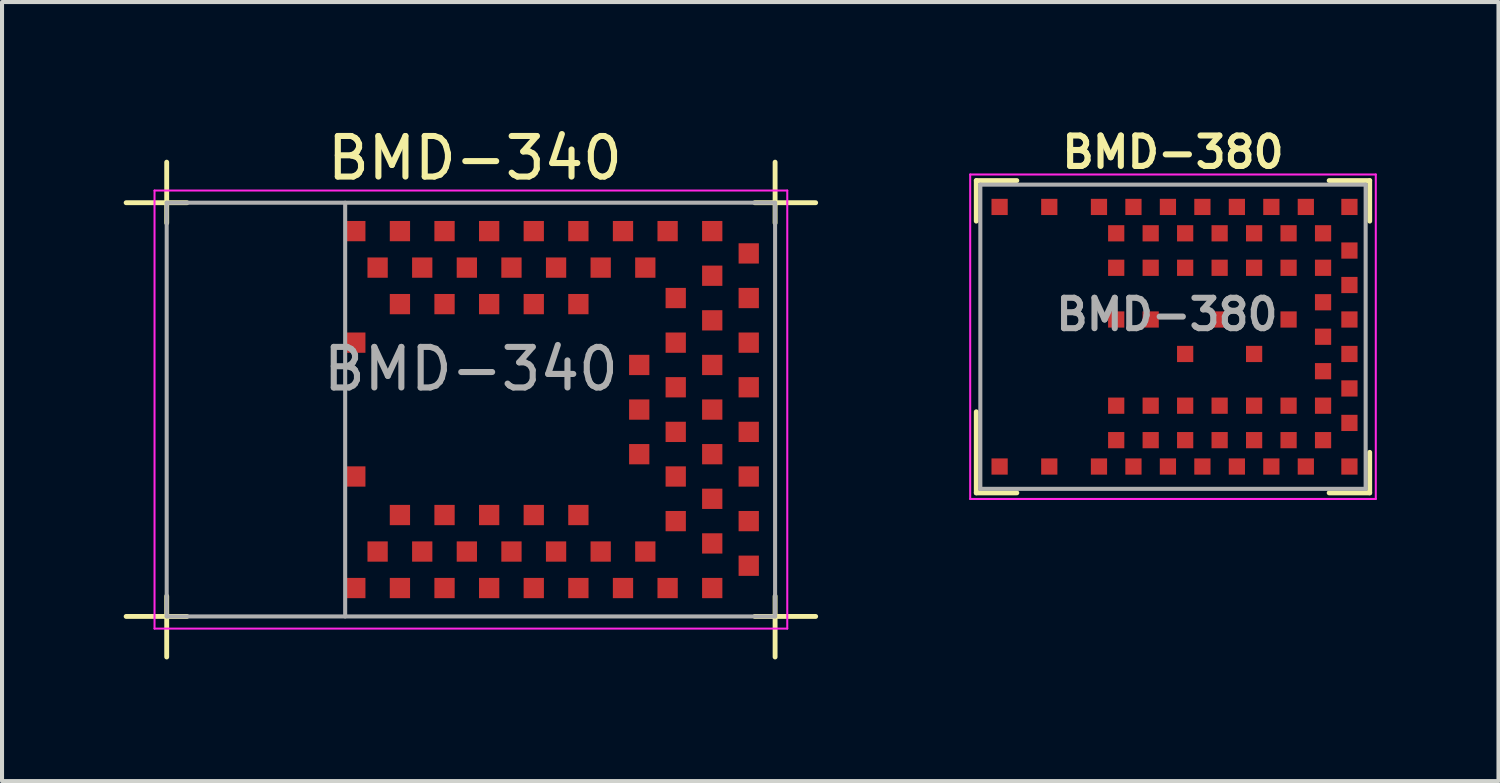
<source format=kicad_pcb>
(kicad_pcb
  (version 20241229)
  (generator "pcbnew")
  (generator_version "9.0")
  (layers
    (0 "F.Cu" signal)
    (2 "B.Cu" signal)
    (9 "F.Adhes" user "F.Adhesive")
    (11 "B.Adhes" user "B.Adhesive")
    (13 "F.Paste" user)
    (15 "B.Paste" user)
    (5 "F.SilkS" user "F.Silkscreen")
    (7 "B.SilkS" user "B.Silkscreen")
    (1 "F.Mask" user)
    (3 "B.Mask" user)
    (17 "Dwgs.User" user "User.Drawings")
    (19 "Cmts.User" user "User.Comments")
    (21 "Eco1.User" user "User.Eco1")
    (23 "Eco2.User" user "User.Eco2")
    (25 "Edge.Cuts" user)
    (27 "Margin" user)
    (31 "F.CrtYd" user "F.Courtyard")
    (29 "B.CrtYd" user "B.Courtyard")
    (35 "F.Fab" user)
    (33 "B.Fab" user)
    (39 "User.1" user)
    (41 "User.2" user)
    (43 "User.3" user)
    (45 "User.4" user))
  (footprint "BMD-380"
    (layer "F.Cu")
    (at 25.87 5.252)
    (property "Reference" "BMD-380" (at 0 -4.55 0) (layer "F.SilkS") (effects (font (size 0.75 0.75) (thickness 0.15))))
    (attr smd)
    (fp_line (start -4.85 -2.85) (end -4.85 -3.85) (stroke (width 0.12) (type solid)) (layer "F.SilkS"))
    (fp_line (start -4.85 1.85) (end -4.85 3.85) (stroke (width 0.12) (type solid)) (layer "F.SilkS"))
    (fp_line (start -3.85 -3.85) (end -4.85 -3.85) (stroke (width 0.12) (type solid)) (layer "F.SilkS"))
    (fp_line (start -3.85 3.85) (end -4.85 3.85) (stroke (width 0.12) (type solid)) (layer "F.SilkS"))
    (fp_line (start 3.85 -3.85) (end 4.85 -3.85) (stroke (width 0.12) (type solid)) (layer "F.SilkS"))
    (fp_line (start 3.85 3.85) (end 4.85 3.85) (stroke (width 0.12) (type solid)) (layer "F.SilkS"))
    (fp_line (start 4.85 -3.85) (end 4.85 -2.85) (stroke (width 0.12) (type solid)) (layer "F.SilkS"))
    (fp_line (start 4.85 2.85) (end 4.85 3.85) (stroke (width 0.12) (type solid)) (layer "F.SilkS"))
    (fp_line (start -5 -4) (end -5 4) (stroke (width 0.05) (type solid)) (layer "F.CrtYd"))
    (fp_line (start -5 4) (end 5 4) (stroke (width 0.05) (type solid)) (layer "F.CrtYd"))
    (fp_line (start 5 -4) (end -5 -4) (stroke (width 0.05) (type solid)) (layer "F.CrtYd"))
    (fp_line (start 5 4) (end 5 -4) (stroke (width 0.05) (type solid)) (layer "F.CrtYd"))
    (fp_line (start -4.75 -3.75) (end -4.75 3.75) (stroke (width 0.1) (type solid)) (layer "F.Fab"))
    (fp_line (start -4.75 3.75) (end 4.75 3.75) (stroke (width 0.1) (type solid)) (layer "F.Fab"))
    (fp_line (start 4.75 -3.75) (end -4.75 -3.75) (stroke (width 0.1) (type solid)) (layer "F.Fab"))
    (fp_line (start 4.75 3.75) (end 4.75 -3.75) (stroke (width 0.1) (type solid)) (layer "F.Fab"))
    (fp_text user "${REFERENCE}" (at -0.15 -0.55 0) (layer "F.Fab") (effects (font (size 0.75 0.75) (thickness 0.15))))
    (pad "1" smd rect (at -4.275 3.2) (size 0.4 0.4) (layers "F.Cu" "F.Mask" "F.Paste"))
    (pad "2" smd rect (at -3.05 3.2) (size 0.4 0.4) (layers "F.Cu" "F.Mask" "F.Paste"))
    (pad "3" smd rect (at -1.825 3.2) (size 0.4 0.4) (layers "F.Cu" "F.Mask" "F.Paste"))
    (pad "4" smd rect (at -1.4 2.55) (size 0.4 0.4) (layers "F.Cu" "F.Mask" "F.Paste"))
    (pad "5" smd rect (at -1.4 1.7) (size 0.4 0.4) (layers "F.Cu" "F.Mask" "F.Paste"))
    (pad "6" smd rect (at -0.975 3.2) (size 0.4 0.4) (layers "F.Cu" "F.Mask" "F.Paste"))
    (pad "7" smd rect (at -0.55 2.55) (size 0.4 0.4) (layers "F.Cu" "F.Mask" "F.Paste"))
    (pad "8" smd rect (at -0.55 1.7) (size 0.4 0.4) (layers "F.Cu" "F.Mask" "F.Paste"))
    (pad "9" smd rect (at -0.125 3.2) (size 0.4 0.4) (layers "F.Cu" "F.Mask" "F.Paste"))
    (pad "10" smd rect (at 0.3 2.55) (size 0.4 0.4) (layers "F.Cu" "F.Mask" "F.Paste"))
    (pad "11" smd rect (at 0.3 1.7) (size 0.4 0.4) (layers "F.Cu" "F.Mask" "F.Paste"))
    (pad "12" smd rect (at 0.725 3.2) (size 0.4 0.4) (layers "F.Cu" "F.Mask" "F.Paste"))
    (pad "13" smd rect (at 1.15 2.55) (size 0.4 0.4) (layers "F.Cu" "F.Mask" "F.Paste"))
    (pad "14" smd rect (at 1.15 1.7) (size 0.4 0.4) (layers "F.Cu" "F.Mask" "F.Paste"))
    (pad "15" smd rect (at 1.575 3.2) (size 0.4 0.4) (layers "F.Cu" "F.Mask" "F.Paste"))
    (pad "16" smd rect (at 2 2.55) (size 0.4 0.4) (layers "F.Cu" "F.Mask" "F.Paste"))
    (pad "17" smd rect (at 2 1.7) (size 0.4 0.4) (layers "F.Cu" "F.Mask" "F.Paste"))
    (pad "18" smd rect (at 2.425 3.2) (size 0.4 0.4) (layers "F.Cu" "F.Mask" "F.Paste"))
    (pad "19" smd rect (at 2.85 2.55) (size 0.4 0.4) (layers "F.Cu" "F.Mask" "F.Paste"))
    (pad "20" smd rect (at 2.85 1.7) (size 0.4 0.4) (layers "F.Cu" "F.Mask" "F.Paste"))
    (pad "21" smd rect (at 3.275 3.2) (size 0.4 0.4) (layers "F.Cu" "F.Mask" "F.Paste"))
    (pad "22" smd rect (at 3.7 2.55) (size 0.4 0.4) (layers "F.Cu" "F.Mask" "F.Paste"))
    (pad "23" smd rect (at 4.35 3.2) (size 0.4 0.4) (layers "F.Cu" "F.Mask" "F.Paste"))
    (pad "24" smd rect (at 4.35 2.125) (size 0.4 0.4) (layers "F.Cu" "F.Mask" "F.Paste"))
    (pad "25" smd rect (at 3.7 1.7) (size 0.4 0.4) (layers "F.Cu" "F.Mask" "F.Paste"))
    (pad "26" smd rect (at 4.35 1.275) (size 0.4 0.4) (layers "F.Cu" "F.Mask" "F.Paste"))
    (pad "27" smd rect (at 3.7 0.85) (size 0.4 0.4) (layers "F.Cu" "F.Mask" "F.Paste"))
    (pad "28" smd rect (at 4.35 0.425) (size 0.4 0.4) (layers "F.Cu" "F.Mask" "F.Paste"))
    (pad "29" smd rect (at 3.7 0) (size 0.4 0.4) (layers "F.Cu" "F.Mask" "F.Paste"))
    (pad "30" smd rect (at 4.35 -0.425) (size 0.4 0.4) (layers "F.Cu" "F.Mask" "F.Paste"))
    (pad "31" smd rect (at 3.7 -0.85) (size 0.4 0.4) (layers "F.Cu" "F.Mask" "F.Paste"))
    (pad "32" smd rect (at 4.35 -1.275) (size 0.4 0.4) (layers "F.Cu" "F.Mask" "F.Paste"))
    (pad "33" smd rect (at 3.7 -1.7) (size 0.4 0.4) (layers "F.Cu" "F.Mask" "F.Paste"))
    (pad "34" smd rect (at 4.35 -2.125) (size 0.4 0.4) (layers "F.Cu" "F.Mask" "F.Paste"))
    (pad "35" smd rect (at 4.35 -3.2) (size 0.4 0.4) (layers "F.Cu" "F.Mask" "F.Paste"))
    (pad "36" smd rect (at 3.7 -2.55) (size 0.4 0.4) (layers "F.Cu" "F.Mask" "F.Paste"))
    (pad "37" smd rect (at 3.275 -3.2) (size 0.4 0.4) (layers "F.Cu" "F.Mask" "F.Paste"))
    (pad "38" smd rect (at 2.85 -2.55) (size 0.4 0.4) (layers "F.Cu" "F.Mask" "F.Paste"))
    (pad "39" smd rect (at 2.85 -1.7) (size 0.4 0.4) (layers "F.Cu" "F.Mask" "F.Paste"))
    (pad "40" smd rect (at 2.425 -3.2) (size 0.4 0.4) (layers "F.Cu" "F.Mask" "F.Paste"))
    (pad "41" smd rect (at 2 -2.55) (size 0.4 0.4) (layers "F.Cu" "F.Mask" "F.Paste"))
    (pad "42" smd rect (at 2 -1.7) (size 0.4 0.4) (layers "F.Cu" "F.Mask" "F.Paste"))
    (pad "43" smd rect (at 1.575 -3.2) (size 0.4 0.4) (layers "F.Cu" "F.Mask" "F.Paste"))
    (pad "44" smd rect (at 1.15 -2.55) (size 0.4 0.4) (layers "F.Cu" "F.Mask" "F.Paste"))
    (pad "45" smd rect (at 1.15 -1.7) (size 0.4 0.4) (layers "F.Cu" "F.Mask" "F.Paste"))
    (pad "46" smd rect (at 0.725 -3.2) (size 0.4 0.4) (layers "F.Cu" "F.Mask" "F.Paste"))
    (pad "47" smd rect (at 0.3 -2.55) (size 0.4 0.4) (layers "F.Cu" "F.Mask" "F.Paste"))
    (pad "48" smd rect (at 0.3 -1.7) (size 0.4 0.4) (layers "F.Cu" "F.Mask" "F.Paste"))
    (pad "49" smd rect (at -0.125 -3.2) (size 0.4 0.4) (layers "F.Cu" "F.Mask" "F.Paste"))
    (pad "50" smd rect (at -0.55 -2.55) (size 0.4 0.4) (layers "F.Cu" "F.Mask" "F.Paste"))
    (pad "51" smd rect (at -0.55 -1.7) (size 0.4 0.4) (layers "F.Cu" "F.Mask" "F.Paste"))
    (pad "52" smd rect (at -0.975 -3.2) (size 0.4 0.4) (layers "F.Cu" "F.Mask" "F.Paste"))
    (pad "53" smd rect (at -1.4 -2.55) (size 0.4 0.4) (layers "F.Cu" "F.Mask" "F.Paste"))
    (pad "54" smd rect (at -1.4 -1.7) (size 0.4 0.4) (layers "F.Cu" "F.Mask" "F.Paste"))
    (pad "55" smd rect (at -1.825 -3.2) (size 0.4 0.4) (layers "F.Cu" "F.Mask" "F.Paste"))
    (pad "56" smd rect (at -3.05 -3.2) (size 0.4 0.4) (layers "F.Cu" "F.Mask" "F.Paste"))
    (pad "57" smd rect (at -4.275 -3.2) (size 0.4 0.4) (layers "F.Cu" "F.Mask" "F.Paste"))
    (pad "58" smd rect (at -1.4 -0.425) (size 0.4 0.4) (layers "F.Cu" "F.Mask" "F.Paste"))
    (pad "59" smd rect (at -0.55 -0.425) (size 0.4 0.4) (layers "F.Cu" "F.Mask" "F.Paste"))
    (pad "60" smd rect (at 0.3 0.425) (size 0.4 0.4) (layers "F.Cu" "F.Mask" "F.Paste"))
    (pad "61" smd rect (at 1.15 -0.425) (size 0.4 0.4) (layers "F.Cu" "F.Mask" "F.Paste"))
    (pad "62" smd rect (at 2 0.425) (size 0.4 0.4) (layers "F.Cu" "F.Mask" "F.Paste"))
    (pad "63" smd rect (at 2.85 -0.425) (size 0.4 0.4) (layers "F.Cu" "F.Mask" "F.Paste"))
    (zone (net_name "") (layers "F.Cu" "B.Cu") (hatch edge 0.508) (connect_pads) (min_thickness 0.254) (filled_areas_thickness no) (keepout (tracks not_allowed) (vias not_allowed) (pads not_allowed) (copperpour not_allowed) (footprints not_allowed)) (placement (enabled no)) (fill) (polygon (pts (xy 21.32 2.462) (xy 24.22 2.462) (xy 24.22 7.612) (xy 21.32 7.612) (xy 21.32 9.002) (xy 20.12 9.002) (xy 20.12 1.502) (xy 21.32 1.502)))))
  (footprint "BMD-340"
    (layer "F.Cu")
    (at 8.56 7.048)
    (property "Reference" "BMD-340" (at 0.1 -6.2 0) (layer "F.SilkS") (effects (font (size 1 1) (thickness 0.15))))
    (attr smd)
    (fp_line (start -7.5 -4.6) (end -7.5 -6.1) (stroke (width 0.12) (type solid)) (layer "F.SilkS"))
    (fp_line (start -7.5 4.6) (end -7.5 6.1) (stroke (width 0.12) (type solid)) (layer "F.SilkS"))
    (fp_line (start -7 -5.1) (end -8.5 -5.1) (stroke (width 0.12) (type solid)) (layer "F.SilkS"))
    (fp_line (start -7 5.1) (end -8.5 5.1) (stroke (width 0.12) (type solid)) (layer "F.SilkS"))
    (fp_line (start 7 -5.1) (end 8.5 -5.1) (stroke (width 0.12) (type solid)) (layer "F.SilkS"))
    (fp_line (start 7 5.1) (end 8.5 5.1) (stroke (width 0.12) (type solid)) (layer "F.SilkS"))
    (fp_line (start 7.5 -6.1) (end 7.5 -4.6) (stroke (width 0.12) (type solid)) (layer "F.SilkS"))
    (fp_line (start 7.5 4.6) (end 7.5 6.1) (stroke (width 0.12) (type solid)) (layer "F.SilkS"))
    (fp_line (start -7.8 -5.4) (end -7.8 5.4) (stroke (width 0.05) (type solid)) (layer "F.CrtYd"))
    (fp_line (start -7.8 5.4) (end 7.8 5.4) (stroke (width 0.05) (type solid)) (layer "F.CrtYd"))
    (fp_line (start 7.8 -5.4) (end -7.8 -5.4) (stroke (width 0.05) (type solid)) (layer "F.CrtYd"))
    (fp_line (start 7.8 5.4) (end 7.8 -5.4) (stroke (width 0.05) (type solid)) (layer "F.CrtYd"))
    (fp_line (start -7.5 -5.1) (end -7.5 5.1) (stroke (width 0.1) (type solid)) (layer "F.Fab"))
    (fp_line (start -7.5 5.1) (end 7.5 5.1) (stroke (width 0.1) (type solid)) (layer "F.Fab"))
    (fp_line (start -3.1 -5.1) (end -3.1 5.1) (stroke (width 0.1) (type solid)) (layer "F.Fab"))
    (fp_line (start 7.5 -5.1) (end -7.5 -5.1) (stroke (width 0.1) (type solid)) (layer "F.Fab"))
    (fp_line (start 7.5 5.1) (end 7.5 -5.1) (stroke (width 0.1) (type solid)) (layer "F.Fab"))
    (fp_text user "${REFERENCE}" (at 0 -1 0) (layer "F.Fab") (effects (font (size 1 1) (thickness 0.15))))
    (pad "1" smd rect (at -2.85 4.4) (size 0.5 0.5) (layers "F.Cu" "F.Mask" "F.Paste"))
    (pad "2" smd rect (at -2.3 3.5) (size 0.5 0.5) (layers "F.Cu" "F.Mask" "F.Paste"))
    (pad "3" smd rect (at -1.75 4.4) (size 0.5 0.5) (layers "F.Cu" "F.Mask" "F.Paste"))
    (pad "4" smd rect (at -1.2 3.5) (size 0.5 0.5) (layers "F.Cu" "F.Mask" "F.Paste"))
    (pad "5" smd rect (at -0.65 4.4) (size 0.5 0.5) (layers "F.Cu" "F.Mask" "F.Paste"))
    (pad "6" smd rect (at -0.1 3.5) (size 0.5 0.5) (layers "F.Cu" "F.Mask" "F.Paste"))
    (pad "7" smd rect (at 0.45 4.4) (size 0.5 0.5) (layers "F.Cu" "F.Mask" "F.Paste"))
    (pad "8" smd rect (at 1 3.5) (size 0.5 0.5) (layers "F.Cu" "F.Mask" "F.Paste"))
    (pad "9" smd rect (at 1.55 4.4) (size 0.5 0.5) (layers "F.Cu" "F.Mask" "F.Paste"))
    (pad "10" smd rect (at 2.1 3.5) (size 0.5 0.5) (layers "F.Cu" "F.Mask" "F.Paste"))
    (pad "11" smd rect (at 2.65 4.4) (size 0.5 0.5) (layers "F.Cu" "F.Mask" "F.Paste"))
    (pad "12" smd rect (at 3.2 3.5) (size 0.5 0.5) (layers "F.Cu" "F.Mask" "F.Paste"))
    (pad "13" smd rect (at 3.75 4.4) (size 0.5 0.5) (layers "F.Cu" "F.Mask" "F.Paste"))
    (pad "14" smd rect (at 4.3 3.5) (size 0.5 0.5) (layers "F.Cu" "F.Mask" "F.Paste"))
    (pad "15" smd rect (at 4.85 4.4) (size 0.5 0.5) (layers "F.Cu" "F.Mask" "F.Paste"))
    (pad "16" smd rect (at 5.95 4.4) (size 0.5 0.5) (layers "F.Cu" "F.Mask" "F.Paste"))
    (pad "17" smd rect (at 5.95 3.3) (size 0.5 0.5) (layers "F.Cu" "F.Mask" "F.Paste"))
    (pad "18" smd rect (at 5.05 2.75) (size 0.5 0.5) (layers "F.Cu" "F.Mask" "F.Paste"))
    (pad "19" smd rect (at 5.95 2.2) (size 0.5 0.5) (layers "F.Cu" "F.Mask" "F.Paste"))
    (pad "20" smd rect (at 5.05 1.65) (size 0.5 0.5) (layers "F.Cu" "F.Mask" "F.Paste"))
    (pad "21" smd rect (at 5.95 1.1) (size 0.5 0.5) (layers "F.Cu" "F.Mask" "F.Paste"))
    (pad "22" smd rect (at 5.05 0.55) (size 0.5 0.5) (layers "F.Cu" "F.Mask" "F.Paste"))
    (pad "23" smd rect (at 5.95 0) (size 0.5 0.5) (layers "F.Cu" "F.Mask" "F.Paste"))
    (pad "24" smd rect (at 5.05 -0.55) (size 0.5 0.5) (layers "F.Cu" "F.Mask" "F.Paste"))
    (pad "25" smd rect (at 5.95 -1.1) (size 0.5 0.5) (layers "F.Cu" "F.Mask" "F.Paste"))
    (pad "26" smd rect (at 5.05 -1.65) (size 0.5 0.5) (layers "F.Cu" "F.Mask" "F.Paste"))
    (pad "27" smd rect (at 5.95 -2.2) (size 0.5 0.5) (layers "F.Cu" "F.Mask" "F.Paste"))
    (pad "28" smd rect (at 5.05 -2.75) (size 0.5 0.5) (layers "F.Cu" "F.Mask" "F.Paste"))
    (pad "29" smd rect (at 5.95 -3.3) (size 0.5 0.5) (layers "F.Cu" "F.Mask" "F.Paste"))
    (pad "30" smd rect (at 5.95 -4.4) (size 0.5 0.5) (layers "F.Cu" "F.Mask" "F.Paste"))
    (pad "31" smd rect (at 4.85 -4.4) (size 0.5 0.5) (layers "F.Cu" "F.Mask" "F.Paste"))
    (pad "32" smd rect (at 4.3 -3.5) (size 0.5 0.5) (layers "F.Cu" "F.Mask" "F.Paste"))
    (pad "33" smd rect (at 3.75 -4.4) (size 0.5 0.5) (layers "F.Cu" "F.Mask" "F.Paste"))
    (pad "34" smd rect (at 3.2 -3.5) (size 0.5 0.5) (layers "F.Cu" "F.Mask" "F.Paste"))
    (pad "35" smd rect (at 2.65 -4.4) (size 0.5 0.5) (layers "F.Cu" "F.Mask" "F.Paste"))
    (pad "36" smd rect (at 2.1 -3.5) (size 0.5 0.5) (layers "F.Cu" "F.Mask" "F.Paste"))
    (pad "37" smd rect (at 1.55 -4.4) (size 0.5 0.5) (layers "F.Cu" "F.Mask" "F.Paste"))
    (pad "38" smd rect (at 1 -3.5) (size 0.5 0.5) (layers "F.Cu" "F.Mask" "F.Paste"))
    (pad "39" smd rect (at 0.45 -4.4) (size 0.5 0.5) (layers "F.Cu" "F.Mask" "F.Paste"))
    (pad "40" smd rect (at -0.1 -3.5) (size 0.5 0.5) (layers "F.Cu" "F.Mask" "F.Paste"))
    (pad "41" smd rect (at -0.65 -4.4) (size 0.5 0.5) (layers "F.Cu" "F.Mask" "F.Paste"))
    (pad "42" smd rect (at -1.2 -3.5) (size 0.5 0.5) (layers "F.Cu" "F.Mask" "F.Paste"))
    (pad "43" smd rect (at -1.75 -4.4) (size 0.5 0.5) (layers "F.Cu" "F.Mask" "F.Paste"))
    (pad "44" smd rect (at -2.3 -3.5) (size 0.5 0.5) (layers "F.Cu" "F.Mask" "F.Paste"))
    (pad "45" smd rect (at -2.85 -4.4) (size 0.5 0.5) (layers "F.Cu" "F.Mask" "F.Paste"))
    (pad "46" smd rect (at -2.85 -1.65) (size 0.5 0.5) (layers "F.Cu" "F.Mask" "F.Paste"))
    (pad "47" smd rect (at -2.85 1.65) (size 0.5 0.5) (layers "F.Cu" "F.Mask" "F.Paste"))
    (pad "48" smd rect (at -1.75 2.6) (size 0.5 0.5) (layers "F.Cu" "F.Mask" "F.Paste"))
    (pad "49" smd rect (at -0.65 2.6) (size 0.5 0.5) (layers "F.Cu" "F.Mask" "F.Paste"))
    (pad "50" smd rect (at 0.45 2.6) (size 0.5 0.5) (layers "F.Cu" "F.Mask" "F.Paste"))
    (pad "51" smd rect (at 1.55 2.6) (size 0.5 0.5) (layers "F.Cu" "F.Mask" "F.Paste"))
    (pad "52" smd rect (at 2.65 2.6) (size 0.5 0.5) (layers "F.Cu" "F.Mask" "F.Paste"))
    (pad "53" smd rect (at 4.15 1.1) (size 0.5 0.5) (layers "F.Cu" "F.Mask" "F.Paste"))
    (pad "54" smd rect (at 4.15 0) (size 0.5 0.5) (layers "F.Cu" "F.Mask" "F.Paste"))
    (pad "55" smd rect (at 4.15 -1.1) (size 0.5 0.5) (layers "F.Cu" "F.Mask" "F.Paste"))
    (pad "56" smd rect (at 2.65 -2.6) (size 0.5 0.5) (layers "F.Cu" "F.Mask" "F.Paste"))
    (pad "57" smd rect (at 1.55 -2.6) (size 0.5 0.5) (layers "F.Cu" "F.Mask" "F.Paste"))
    (pad "58" smd rect (at 0.45 -2.6) (size 0.5 0.5) (layers "F.Cu" "F.Mask" "F.Paste"))
    (pad "59" smd rect (at -0.65 -2.6) (size 0.5 0.5) (layers "F.Cu" "F.Mask" "F.Paste"))
    (pad "60" smd rect (at -1.75 -2.6) (size 0.5 0.5) (layers "F.Cu" "F.Mask" "F.Paste"))
    (pad "61" smd rect (at 6.85 3.85) (size 0.5 0.5) (layers "F.Cu" "F.Mask" "F.Paste"))
    (pad "62" smd rect (at 6.85 2.75) (size 0.5 0.5) (layers "F.Cu" "F.Mask" "F.Paste"))
    (pad "63" smd rect (at 6.85 1.65) (size 0.5 0.5) (layers "F.Cu" "F.Mask" "F.Paste"))
    (pad "64" smd rect (at 6.85 0.55) (size 0.5 0.5) (layers "F.Cu" "F.Mask" "F.Paste"))
    (pad "65" smd rect (at 6.85 -0.55) (size 0.5 0.5) (layers "F.Cu" "F.Mask" "F.Paste"))
    (pad "66" smd rect (at 6.85 -1.65) (size 0.5 0.5) (layers "F.Cu" "F.Mask" "F.Paste"))
    (pad "67" smd rect (at 6.85 -2.75) (size 0.5 0.5) (layers "F.Cu" "F.Mask" "F.Paste"))
    (pad "68" smd rect (at 6.85 -3.85) (size 0.5 0.5) (layers "F.Cu" "F.Mask" "F.Paste")))
  (gr_rect
    (start -3 -3)
    (end 33.895 16.208)
    (stroke (width 0.1) (type default))
    (fill no)
    (layer "Edge.Cuts")))
</source>
